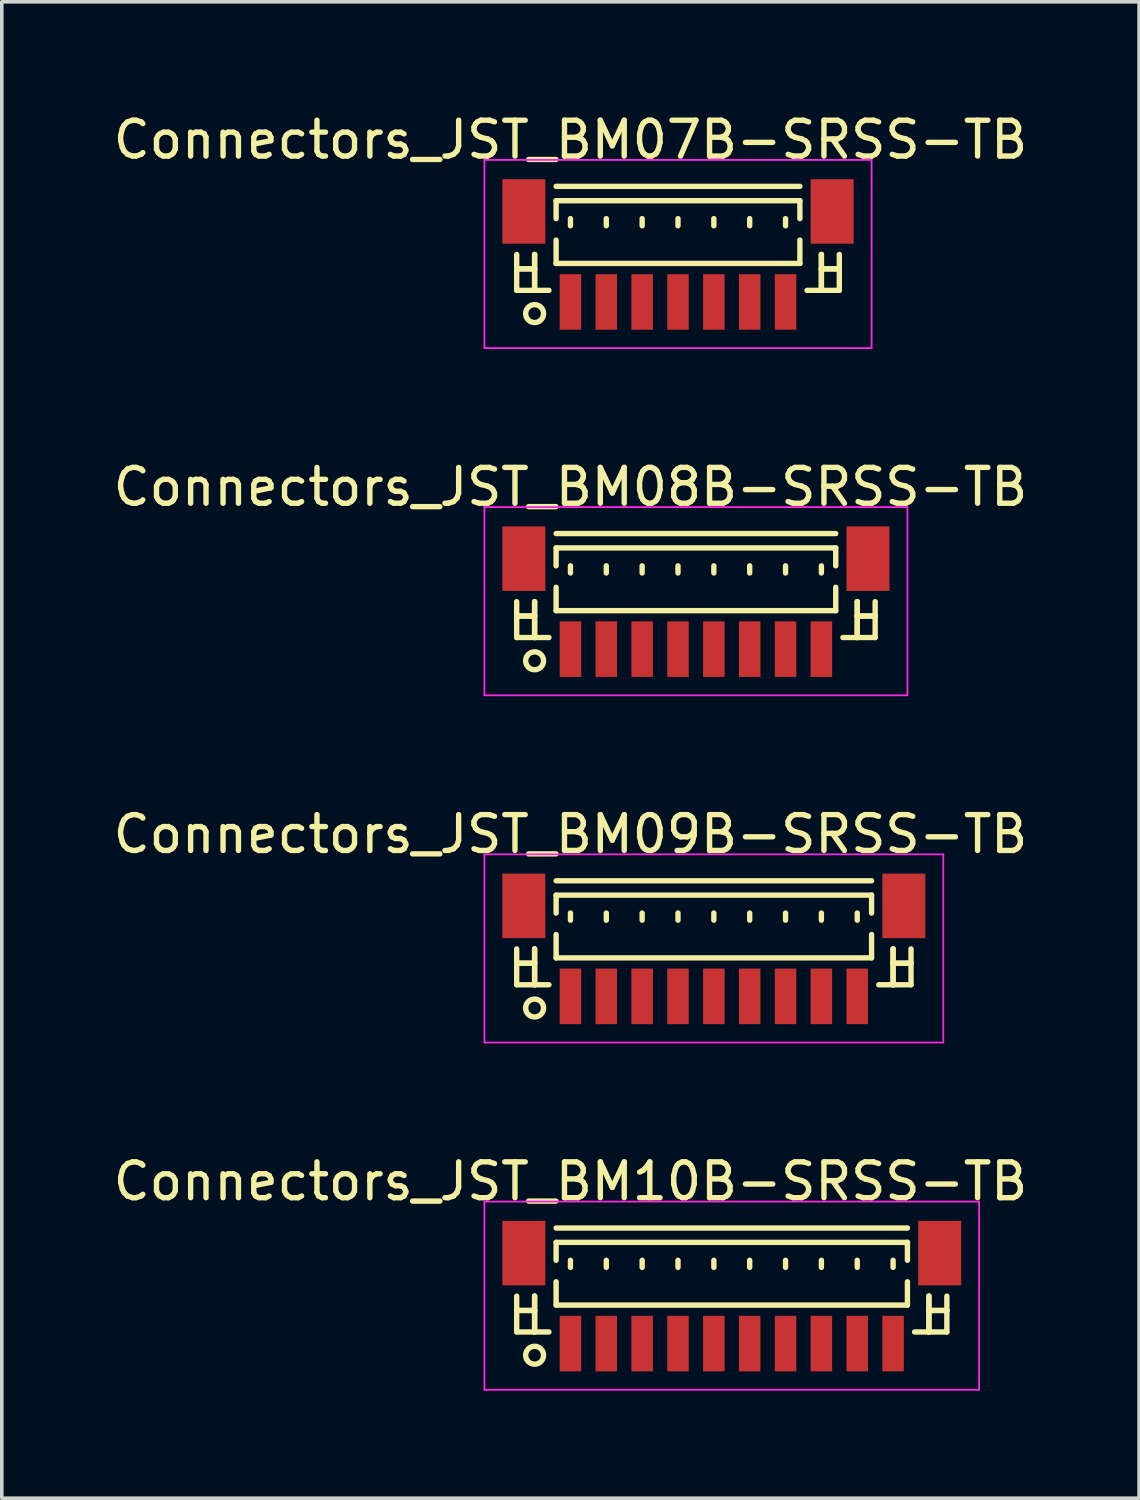
<source format=kicad_pcb>
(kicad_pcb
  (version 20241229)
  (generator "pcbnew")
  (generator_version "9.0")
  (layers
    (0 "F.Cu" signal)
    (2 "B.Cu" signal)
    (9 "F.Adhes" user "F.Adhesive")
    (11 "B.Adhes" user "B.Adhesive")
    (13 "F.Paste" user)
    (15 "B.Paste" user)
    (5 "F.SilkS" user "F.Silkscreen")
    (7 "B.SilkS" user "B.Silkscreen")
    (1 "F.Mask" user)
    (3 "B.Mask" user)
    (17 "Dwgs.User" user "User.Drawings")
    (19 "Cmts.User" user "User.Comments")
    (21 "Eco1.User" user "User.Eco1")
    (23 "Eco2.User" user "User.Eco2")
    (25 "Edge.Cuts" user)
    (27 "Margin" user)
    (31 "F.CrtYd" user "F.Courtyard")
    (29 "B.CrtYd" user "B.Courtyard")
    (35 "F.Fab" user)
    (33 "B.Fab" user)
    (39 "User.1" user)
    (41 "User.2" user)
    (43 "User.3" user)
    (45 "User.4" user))
  (footprint "Connectors_JST_BM09B-SRSS-TB"
    (layer "F.Cu")
    (at 16.863 23.482)
    (property "Reference" "Connectors_JST_BM09B-SRSS-TB" (at -4 -3.263 0) (layer "F.SilkS") (effects (font (size 1 1) (thickness 0.15))))
    (attr smd)
    (fp_line (start -5.5 -0.062) (end -5.5 0.938) (stroke (width 0.15) (type solid)) (layer "F.SilkS"))
    (fp_line (start -5.5 0.338) (end -5.5 0.338) (stroke (width 0.15) (type solid)) (layer "F.SilkS"))
    (fp_line (start -5.5 0.338) (end -5 0.338) (stroke (width 0.15) (type solid)) (layer "F.SilkS"))
    (fp_line (start -5.5 0.938) (end -4.6 0.938) (stroke (width 0.15) (type solid)) (layer "F.SilkS"))
    (fp_line (start -5 -0.062) (end -5 -0.062) (stroke (width 0.15) (type solid)) (layer "F.SilkS"))
    (fp_line (start -5 -0.062) (end -5 0.938) (stroke (width 0.15) (type solid)) (layer "F.SilkS"))
    (fp_line (start -5 0.338) (end -5.5 0.338) (stroke (width 0.15) (type solid)) (layer "F.SilkS"))
    (fp_line (start -5 0.338) (end -5 0.338) (stroke (width 0.15) (type solid)) (layer "F.SilkS"))
    (fp_line (start -5 0.938) (end -5 -0.062) (stroke (width 0.15) (type solid)) (layer "F.SilkS"))
    (fp_line (start -5 0.938) (end -5 0.938) (stroke (width 0.15) (type solid)) (layer "F.SilkS"))
    (fp_line (start -4.4 -1.962) (end 4.4 -1.962) (stroke (width 0.15) (type solid)) (layer "F.SilkS"))
    (fp_line (start -4.4 -1.562) (end 4.4 -1.562) (stroke (width 0.15) (type solid)) (layer "F.SilkS"))
    (fp_line (start -4.4 -1.062) (end -4.4 -1.562) (stroke (width 0.15) (type solid)) (layer "F.SilkS"))
    (fp_line (start -4.4 -0.463) (end -4.4 0.188) (stroke (width 0.15) (type solid)) (layer "F.SilkS"))
    (fp_line (start -4.4 0.188) (end 4.4 0.188) (stroke (width 0.15) (type solid)) (layer "F.SilkS"))
    (fp_line (start -4 -1.062) (end -4 -0.863) (stroke (width 0.15) (type solid)) (layer "F.SilkS"))
    (fp_line (start -3 -1.062) (end -3 -0.863) (stroke (width 0.15) (type solid)) (layer "F.SilkS"))
    (fp_line (start -2 -1.062) (end -2 -0.863) (stroke (width 0.15) (type solid)) (layer "F.SilkS"))
    (fp_line (start -1 -1.062) (end -1 -0.863) (stroke (width 0.15) (type solid)) (layer "F.SilkS"))
    (fp_line (start 0 -1.062) (end 0 -0.863) (stroke (width 0.15) (type solid)) (layer "F.SilkS"))
    (fp_line (start 1 -1.062) (end 1 -0.863) (stroke (width 0.15) (type solid)) (layer "F.SilkS"))
    (fp_line (start 2 -1.062) (end 2 -0.863) (stroke (width 0.15) (type solid)) (layer "F.SilkS"))
    (fp_line (start 3 -1.062) (end 3 -0.863) (stroke (width 0.15) (type solid)) (layer "F.SilkS"))
    (fp_line (start 4 -1.062) (end 4 -0.863) (stroke (width 0.15) (type solid)) (layer "F.SilkS"))
    (fp_line (start 4.4 -1.562) (end 4.4 -1.062) (stroke (width 0.15) (type solid)) (layer "F.SilkS"))
    (fp_line (start 4.4 0.188) (end 4.4 -0.463) (stroke (width 0.15) (type solid)) (layer "F.SilkS"))
    (fp_line (start 5 -0.062) (end 5 -0.062) (stroke (width 0.15) (type solid)) (layer "F.SilkS"))
    (fp_line (start 5 -0.062) (end 5 0.938) (stroke (width 0.15) (type solid)) (layer "F.SilkS"))
    (fp_line (start 5 0.338) (end 5 0.338) (stroke (width 0.15) (type solid)) (layer "F.SilkS"))
    (fp_line (start 5 0.338) (end 5.5 0.338) (stroke (width 0.15) (type solid)) (layer "F.SilkS"))
    (fp_line (start 5 0.938) (end 5 -0.062) (stroke (width 0.15) (type solid)) (layer "F.SilkS"))
    (fp_line (start 5 0.938) (end 5 0.938) (stroke (width 0.15) (type solid)) (layer "F.SilkS"))
    (fp_line (start 5.5 -0.062) (end 5.5 0.938) (stroke (width 0.15) (type solid)) (layer "F.SilkS"))
    (fp_line (start 5.5 0.338) (end 5 0.338) (stroke (width 0.15) (type solid)) (layer "F.SilkS"))
    (fp_line (start 5.5 0.338) (end 5.5 0.338) (stroke (width 0.15) (type solid)) (layer "F.SilkS"))
    (fp_line (start 5.5 0.938) (end 4.6 0.938) (stroke (width 0.15) (type solid)) (layer "F.SilkS"))
    (fp_circle (center -5 1.587) (end -4.75 1.587) (stroke (width 0.15) (type solid)) (fill no) (layer "F.SilkS"))
    (fp_line (start -6.4 -2.7) (end 6.4 -2.7) (stroke (width 0.05) (type solid)) (layer "F.CrtYd"))
    (fp_line (start -6.4 2.55) (end -6.4 -2.7) (stroke (width 0.05) (type solid)) (layer "F.CrtYd"))
    (fp_line (start 6.4 -2.7) (end 6.4 2.55) (stroke (width 0.05) (type solid)) (layer "F.CrtYd"))
    (fp_line (start 6.4 2.55) (end -6.4 2.55) (stroke (width 0.05) (type solid)) (layer "F.CrtYd"))
    (pad "" smd rect (at -5.3 -1.262) (size 1.2 1.8) (layers "F.Cu" "F.Mask" "F.Paste"))
    (pad "" smd rect (at 5.3 -1.262) (size 1.2 1.8) (layers "F.Cu" "F.Mask" "F.Paste"))
    (pad "1" smd rect (at -4 1.262) (size 0.6 1.55) (layers "F.Cu" "F.Mask" "F.Paste"))
    (pad "2" smd rect (at -3 1.262) (size 0.6 1.55) (layers "F.Cu" "F.Mask" "F.Paste"))
    (pad "3" smd rect (at -2 1.262) (size 0.6 1.55) (layers "F.Cu" "F.Mask" "F.Paste"))
    (pad "4" smd rect (at -1 1.262) (size 0.6 1.55) (layers "F.Cu" "F.Mask" "F.Paste"))
    (pad "5" smd rect (at 0 1.262) (size 0.6 1.55) (layers "F.Cu" "F.Mask" "F.Paste"))
    (pad "6" smd rect (at 1 1.262) (size 0.6 1.55) (layers "F.Cu" "F.Mask" "F.Paste"))
    (pad "7" smd rect (at 2 1.262) (size 0.6 1.55) (layers "F.Cu" "F.Mask" "F.Paste"))
    (pad "8" smd rect (at 3 1.262) (size 0.6 1.55) (layers "F.Cu" "F.Mask" "F.Paste"))
    (pad "9" smd rect (at 4 1.262) (size 0.6 1.55) (layers "F.Cu" "F.Mask" "F.Paste")))
  (footprint "Connectors_JST_BM08B-SRSS-TB"
    (layer "F.Cu")
    (at 16.363 13.796)
    (property "Reference" "Connectors_JST_BM08B-SRSS-TB" (at -3.5 -3.263 0) (layer "F.SilkS") (effects (font (size 1 1) (thickness 0.15))))
    (attr smd)
    (fp_line (start -5 -0.062) (end -5 0.938) (stroke (width 0.15) (type solid)) (layer "F.SilkS"))
    (fp_line (start -5 0.338) (end -5 0.338) (stroke (width 0.15) (type solid)) (layer "F.SilkS"))
    (fp_line (start -5 0.338) (end -4.5 0.338) (stroke (width 0.15) (type solid)) (layer "F.SilkS"))
    (fp_line (start -5 0.938) (end -4.1 0.938) (stroke (width 0.15) (type solid)) (layer "F.SilkS"))
    (fp_line (start -4.5 -0.062) (end -4.5 -0.062) (stroke (width 0.15) (type solid)) (layer "F.SilkS"))
    (fp_line (start -4.5 -0.062) (end -4.5 0.938) (stroke (width 0.15) (type solid)) (layer "F.SilkS"))
    (fp_line (start -4.5 0.338) (end -5 0.338) (stroke (width 0.15) (type solid)) (layer "F.SilkS"))
    (fp_line (start -4.5 0.338) (end -4.5 0.338) (stroke (width 0.15) (type solid)) (layer "F.SilkS"))
    (fp_line (start -4.5 0.938) (end -4.5 -0.062) (stroke (width 0.15) (type solid)) (layer "F.SilkS"))
    (fp_line (start -4.5 0.938) (end -4.5 0.938) (stroke (width 0.15) (type solid)) (layer "F.SilkS"))
    (fp_line (start -3.9 -1.962) (end 3.9 -1.962) (stroke (width 0.15) (type solid)) (layer "F.SilkS"))
    (fp_line (start -3.9 -1.562) (end 3.9 -1.562) (stroke (width 0.15) (type solid)) (layer "F.SilkS"))
    (fp_line (start -3.9 -1.062) (end -3.9 -1.562) (stroke (width 0.15) (type solid)) (layer "F.SilkS"))
    (fp_line (start -3.9 -0.463) (end -3.9 0.188) (stroke (width 0.15) (type solid)) (layer "F.SilkS"))
    (fp_line (start -3.9 0.188) (end 3.9 0.188) (stroke (width 0.15) (type solid)) (layer "F.SilkS"))
    (fp_line (start -3.5 -1.062) (end -3.5 -0.863) (stroke (width 0.15) (type solid)) (layer "F.SilkS"))
    (fp_line (start -2.5 -1.062) (end -2.5 -0.863) (stroke (width 0.15) (type solid)) (layer "F.SilkS"))
    (fp_line (start -1.5 -1.062) (end -1.5 -0.863) (stroke (width 0.15) (type solid)) (layer "F.SilkS"))
    (fp_line (start -0.5 -1.062) (end -0.5 -0.863) (stroke (width 0.15) (type solid)) (layer "F.SilkS"))
    (fp_line (start 0.5 -1.062) (end 0.5 -0.863) (stroke (width 0.15) (type solid)) (layer "F.SilkS"))
    (fp_line (start 1.5 -1.062) (end 1.5 -0.863) (stroke (width 0.15) (type solid)) (layer "F.SilkS"))
    (fp_line (start 2.5 -1.062) (end 2.5 -0.863) (stroke (width 0.15) (type solid)) (layer "F.SilkS"))
    (fp_line (start 3.5 -1.062) (end 3.5 -0.863) (stroke (width 0.15) (type solid)) (layer "F.SilkS"))
    (fp_line (start 3.9 -1.562) (end 3.9 -1.062) (stroke (width 0.15) (type solid)) (layer "F.SilkS"))
    (fp_line (start 3.9 0.188) (end 3.9 -0.463) (stroke (width 0.15) (type solid)) (layer "F.SilkS"))
    (fp_line (start 4.5 -0.062) (end 4.5 -0.062) (stroke (width 0.15) (type solid)) (layer "F.SilkS"))
    (fp_line (start 4.5 -0.062) (end 4.5 0.938) (stroke (width 0.15) (type solid)) (layer "F.SilkS"))
    (fp_line (start 4.5 0.338) (end 4.5 0.338) (stroke (width 0.15) (type solid)) (layer "F.SilkS"))
    (fp_line (start 4.5 0.338) (end 5 0.338) (stroke (width 0.15) (type solid)) (layer "F.SilkS"))
    (fp_line (start 4.5 0.938) (end 4.5 -0.062) (stroke (width 0.15) (type solid)) (layer "F.SilkS"))
    (fp_line (start 4.5 0.938) (end 4.5 0.938) (stroke (width 0.15) (type solid)) (layer "F.SilkS"))
    (fp_line (start 5 -0.062) (end 5 0.938) (stroke (width 0.15) (type solid)) (layer "F.SilkS"))
    (fp_line (start 5 0.338) (end 4.5 0.338) (stroke (width 0.15) (type solid)) (layer "F.SilkS"))
    (fp_line (start 5 0.338) (end 5 0.338) (stroke (width 0.15) (type solid)) (layer "F.SilkS"))
    (fp_line (start 5 0.938) (end 4.1 0.938) (stroke (width 0.15) (type solid)) (layer "F.SilkS"))
    (fp_circle (center -4.5 1.587) (end -4.25 1.587) (stroke (width 0.15) (type solid)) (fill no) (layer "F.SilkS"))
    (fp_line (start -5.9 -2.7) (end 5.9 -2.7) (stroke (width 0.05) (type solid)) (layer "F.CrtYd"))
    (fp_line (start -5.9 2.55) (end -5.9 -2.7) (stroke (width 0.05) (type solid)) (layer "F.CrtYd"))
    (fp_line (start 5.9 -2.7) (end 5.9 2.55) (stroke (width 0.05) (type solid)) (layer "F.CrtYd"))
    (fp_line (start 5.9 2.55) (end -5.9 2.55) (stroke (width 0.05) (type solid)) (layer "F.CrtYd"))
    (pad "" smd rect (at -4.8 -1.262) (size 1.2 1.8) (layers "F.Cu" "F.Mask" "F.Paste"))
    (pad "" smd rect (at 4.8 -1.262) (size 1.2 1.8) (layers "F.Cu" "F.Mask" "F.Paste"))
    (pad "1" smd rect (at -3.5 1.262) (size 0.6 1.55) (layers "F.Cu" "F.Mask" "F.Paste"))
    (pad "2" smd rect (at -2.5 1.262) (size 0.6 1.55) (layers "F.Cu" "F.Mask" "F.Paste"))
    (pad "3" smd rect (at -1.5 1.262) (size 0.6 1.55) (layers "F.Cu" "F.Mask" "F.Paste"))
    (pad "4" smd rect (at -0.5 1.262) (size 0.6 1.55) (layers "F.Cu" "F.Mask" "F.Paste"))
    (pad "5" smd rect (at 0.5 1.262) (size 0.6 1.55) (layers "F.Cu" "F.Mask" "F.Paste"))
    (pad "6" smd rect (at 1.5 1.262) (size 0.6 1.55) (layers "F.Cu" "F.Mask" "F.Paste"))
    (pad "7" smd rect (at 2.5 1.262) (size 0.6 1.55) (layers "F.Cu" "F.Mask" "F.Paste"))
    (pad "8" smd rect (at 3.5 1.262) (size 0.6 1.55) (layers "F.Cu" "F.Mask" "F.Paste")))
  (footprint "Connectors_JST_BM10B-SRSS-TB"
    (layer "F.Cu")
    (at 17.363 33.168)
    (property "Reference" "Connectors_JST_BM10B-SRSS-TB" (at -4.5 -3.263 0) (layer "F.SilkS") (effects (font (size 1 1) (thickness 0.15))))
    (attr smd)
    (fp_line (start -6 -0.062) (end -6 0.938) (stroke (width 0.15) (type solid)) (layer "F.SilkS"))
    (fp_line (start -6 0.338) (end -6 0.338) (stroke (width 0.15) (type solid)) (layer "F.SilkS"))
    (fp_line (start -6 0.338) (end -5.5 0.338) (stroke (width 0.15) (type solid)) (layer "F.SilkS"))
    (fp_line (start -6 0.938) (end -5.1 0.938) (stroke (width 0.15) (type solid)) (layer "F.SilkS"))
    (fp_line (start -5.5 -0.062) (end -5.5 -0.062) (stroke (width 0.15) (type solid)) (layer "F.SilkS"))
    (fp_line (start -5.5 -0.062) (end -5.5 0.938) (stroke (width 0.15) (type solid)) (layer "F.SilkS"))
    (fp_line (start -5.5 0.338) (end -6 0.338) (stroke (width 0.15) (type solid)) (layer "F.SilkS"))
    (fp_line (start -5.5 0.338) (end -5.5 0.338) (stroke (width 0.15) (type solid)) (layer "F.SilkS"))
    (fp_line (start -5.5 0.938) (end -5.5 -0.062) (stroke (width 0.15) (type solid)) (layer "F.SilkS"))
    (fp_line (start -5.5 0.938) (end -5.5 0.938) (stroke (width 0.15) (type solid)) (layer "F.SilkS"))
    (fp_line (start -4.9 -1.962) (end 4.9 -1.962) (stroke (width 0.15) (type solid)) (layer "F.SilkS"))
    (fp_line (start -4.9 -1.562) (end 4.9 -1.562) (stroke (width 0.15) (type solid)) (layer "F.SilkS"))
    (fp_line (start -4.9 -1.062) (end -4.9 -1.562) (stroke (width 0.15) (type solid)) (layer "F.SilkS"))
    (fp_line (start -4.9 -0.463) (end -4.9 0.188) (stroke (width 0.15) (type solid)) (layer "F.SilkS"))
    (fp_line (start -4.9 0.188) (end 4.9 0.188) (stroke (width 0.15) (type solid)) (layer "F.SilkS"))
    (fp_line (start -4.5 -1.062) (end -4.5 -0.863) (stroke (width 0.15) (type solid)) (layer "F.SilkS"))
    (fp_line (start -3.5 -1.062) (end -3.5 -0.863) (stroke (width 0.15) (type solid)) (layer "F.SilkS"))
    (fp_line (start -2.5 -1.062) (end -2.5 -0.863) (stroke (width 0.15) (type solid)) (layer "F.SilkS"))
    (fp_line (start -1.5 -1.062) (end -1.5 -0.863) (stroke (width 0.15) (type solid)) (layer "F.SilkS"))
    (fp_line (start -0.5 -1.062) (end -0.5 -0.863) (stroke (width 0.15) (type solid)) (layer "F.SilkS"))
    (fp_line (start 0.5 -1.062) (end 0.5 -0.863) (stroke (width 0.15) (type solid)) (layer "F.SilkS"))
    (fp_line (start 1.5 -1.062) (end 1.5 -0.863) (stroke (width 0.15) (type solid)) (layer "F.SilkS"))
    (fp_line (start 2.5 -1.062) (end 2.5 -0.863) (stroke (width 0.15) (type solid)) (layer "F.SilkS"))
    (fp_line (start 3.5 -1.062) (end 3.5 -0.863) (stroke (width 0.15) (type solid)) (layer "F.SilkS"))
    (fp_line (start 4.5 -1.062) (end 4.5 -0.863) (stroke (width 0.15) (type solid)) (layer "F.SilkS"))
    (fp_line (start 4.9 -1.562) (end 4.9 -1.062) (stroke (width 0.15) (type solid)) (layer "F.SilkS"))
    (fp_line (start 4.9 0.188) (end 4.9 -0.463) (stroke (width 0.15) (type solid)) (layer "F.SilkS"))
    (fp_line (start 5.5 -0.062) (end 5.5 -0.062) (stroke (width 0.15) (type solid)) (layer "F.SilkS"))
    (fp_line (start 5.5 -0.062) (end 5.5 0.938) (stroke (width 0.15) (type solid)) (layer "F.SilkS"))
    (fp_line (start 5.5 0.338) (end 5.5 0.338) (stroke (width 0.15) (type solid)) (layer "F.SilkS"))
    (fp_line (start 5.5 0.338) (end 6 0.338) (stroke (width 0.15) (type solid)) (layer "F.SilkS"))
    (fp_line (start 5.5 0.938) (end 5.5 -0.062) (stroke (width 0.15) (type solid)) (layer "F.SilkS"))
    (fp_line (start 5.5 0.938) (end 5.5 0.938) (stroke (width 0.15) (type solid)) (layer "F.SilkS"))
    (fp_line (start 6 -0.062) (end 6 0.938) (stroke (width 0.15) (type solid)) (layer "F.SilkS"))
    (fp_line (start 6 0.338) (end 5.5 0.338) (stroke (width 0.15) (type solid)) (layer "F.SilkS"))
    (fp_line (start 6 0.338) (end 6 0.338) (stroke (width 0.15) (type solid)) (layer "F.SilkS"))
    (fp_line (start 6 0.938) (end 5.1 0.938) (stroke (width 0.15) (type solid)) (layer "F.SilkS"))
    (fp_circle (center -5.5 1.587) (end -5.25 1.587) (stroke (width 0.15) (type solid)) (fill no) (layer "F.SilkS"))
    (fp_line (start -6.9 -2.7) (end 6.9 -2.7) (stroke (width 0.05) (type solid)) (layer "F.CrtYd"))
    (fp_line (start -6.9 2.55) (end -6.9 -2.7) (stroke (width 0.05) (type solid)) (layer "F.CrtYd"))
    (fp_line (start 6.9 -2.7) (end 6.9 2.55) (stroke (width 0.05) (type solid)) (layer "F.CrtYd"))
    (fp_line (start 6.9 2.55) (end -6.9 2.55) (stroke (width 0.05) (type solid)) (layer "F.CrtYd"))
    (pad "" smd rect (at -5.8 -1.262) (size 1.2 1.8) (layers "F.Cu" "F.Mask" "F.Paste"))
    (pad "" smd rect (at 5.8 -1.262) (size 1.2 1.8) (layers "F.Cu" "F.Mask" "F.Paste"))
    (pad "1" smd rect (at -4.5 1.262) (size 0.6 1.55) (layers "F.Cu" "F.Mask" "F.Paste"))
    (pad "2" smd rect (at -3.5 1.262) (size 0.6 1.55) (layers "F.Cu" "F.Mask" "F.Paste"))
    (pad "3" smd rect (at -2.5 1.262) (size 0.6 1.55) (layers "F.Cu" "F.Mask" "F.Paste"))
    (pad "4" smd rect (at -1.5 1.262) (size 0.6 1.55) (layers "F.Cu" "F.Mask" "F.Paste"))
    (pad "5" smd rect (at -0.5 1.262) (size 0.6 1.55) (layers "F.Cu" "F.Mask" "F.Paste"))
    (pad "6" smd rect (at 0.5 1.262) (size 0.6 1.55) (layers "F.Cu" "F.Mask" "F.Paste"))
    (pad "7" smd rect (at 1.5 1.262) (size 0.6 1.55) (layers "F.Cu" "F.Mask" "F.Paste"))
    (pad "8" smd rect (at 2.5 1.262) (size 0.6 1.55) (layers "F.Cu" "F.Mask" "F.Paste"))
    (pad "9" smd rect (at 3.5 1.262) (size 0.6 1.55) (layers "F.Cu" "F.Mask" "F.Paste"))
    (pad "10" smd rect (at 4.5 1.262) (size 0.6 1.55) (layers "F.Cu" "F.Mask" "F.Paste")))
  (footprint "Connectors_JST_BM07B-SRSS-TB"
    (layer "F.Cu")
    (at 15.863 4.111)
    (property "Reference" "Connectors_JST_BM07B-SRSS-TB" (at -3 -3.263 0) (layer "F.SilkS") (effects (font (size 1 1) (thickness 0.15))))
    (attr smd)
    (fp_line (start -4.5 -0.062) (end -4.5 0.938) (stroke (width 0.15) (type solid)) (layer "F.SilkS"))
    (fp_line (start -4.5 0.338) (end -4.5 0.338) (stroke (width 0.15) (type solid)) (layer "F.SilkS"))
    (fp_line (start -4.5 0.338) (end -4 0.338) (stroke (width 0.15) (type solid)) (layer "F.SilkS"))
    (fp_line (start -4.5 0.938) (end -3.6 0.938) (stroke (width 0.15) (type solid)) (layer "F.SilkS"))
    (fp_line (start -4 -0.062) (end -4 -0.062) (stroke (width 0.15) (type solid)) (layer "F.SilkS"))
    (fp_line (start -4 -0.062) (end -4 0.938) (stroke (width 0.15) (type solid)) (layer "F.SilkS"))
    (fp_line (start -4 0.338) (end -4.5 0.338) (stroke (width 0.15) (type solid)) (layer "F.SilkS"))
    (fp_line (start -4 0.338) (end -4 0.338) (stroke (width 0.15) (type solid)) (layer "F.SilkS"))
    (fp_line (start -4 0.938) (end -4 -0.062) (stroke (width 0.15) (type solid)) (layer "F.SilkS"))
    (fp_line (start -4 0.938) (end -4 0.938) (stroke (width 0.15) (type solid)) (layer "F.SilkS"))
    (fp_line (start -3.4 -1.962) (end 3.4 -1.962) (stroke (width 0.15) (type solid)) (layer "F.SilkS"))
    (fp_line (start -3.4 -1.562) (end 3.4 -1.562) (stroke (width 0.15) (type solid)) (layer "F.SilkS"))
    (fp_line (start -3.4 -1.062) (end -3.4 -1.562) (stroke (width 0.15) (type solid)) (layer "F.SilkS"))
    (fp_line (start -3.4 -0.463) (end -3.4 0.188) (stroke (width 0.15) (type solid)) (layer "F.SilkS"))
    (fp_line (start -3.4 0.188) (end 3.4 0.188) (stroke (width 0.15) (type solid)) (layer "F.SilkS"))
    (fp_line (start -3 -1.062) (end -3 -0.863) (stroke (width 0.15) (type solid)) (layer "F.SilkS"))
    (fp_line (start -2 -1.062) (end -2 -0.863) (stroke (width 0.15) (type solid)) (layer "F.SilkS"))
    (fp_line (start -1 -1.062) (end -1 -0.863) (stroke (width 0.15) (type solid)) (layer "F.SilkS"))
    (fp_line (start 0 -1.062) (end 0 -0.863) (stroke (width 0.15) (type solid)) (layer "F.SilkS"))
    (fp_line (start 1 -1.062) (end 1 -0.863) (stroke (width 0.15) (type solid)) (layer "F.SilkS"))
    (fp_line (start 2 -1.062) (end 2 -0.863) (stroke (width 0.15) (type solid)) (layer "F.SilkS"))
    (fp_line (start 3 -1.062) (end 3 -0.863) (stroke (width 0.15) (type solid)) (layer "F.SilkS"))
    (fp_line (start 3.4 -1.562) (end 3.4 -1.062) (stroke (width 0.15) (type solid)) (layer "F.SilkS"))
    (fp_line (start 3.4 0.188) (end 3.4 -0.463) (stroke (width 0.15) (type solid)) (layer "F.SilkS"))
    (fp_line (start 4 -0.062) (end 4 -0.062) (stroke (width 0.15) (type solid)) (layer "F.SilkS"))
    (fp_line (start 4 -0.062) (end 4 0.938) (stroke (width 0.15) (type solid)) (layer "F.SilkS"))
    (fp_line (start 4 0.338) (end 4 0.338) (stroke (width 0.15) (type solid)) (layer "F.SilkS"))
    (fp_line (start 4 0.338) (end 4.5 0.338) (stroke (width 0.15) (type solid)) (layer "F.SilkS"))
    (fp_line (start 4 0.938) (end 4 -0.062) (stroke (width 0.15) (type solid)) (layer "F.SilkS"))
    (fp_line (start 4 0.938) (end 4 0.938) (stroke (width 0.15) (type solid)) (layer "F.SilkS"))
    (fp_line (start 4.5 -0.062) (end 4.5 0.938) (stroke (width 0.15) (type solid)) (layer "F.SilkS"))
    (fp_line (start 4.5 0.338) (end 4 0.338) (stroke (width 0.15) (type solid)) (layer "F.SilkS"))
    (fp_line (start 4.5 0.338) (end 4.5 0.338) (stroke (width 0.15) (type solid)) (layer "F.SilkS"))
    (fp_line (start 4.5 0.938) (end 3.6 0.938) (stroke (width 0.15) (type solid)) (layer "F.SilkS"))
    (fp_circle (center -4 1.587) (end -3.75 1.587) (stroke (width 0.15) (type solid)) (fill no) (layer "F.SilkS"))
    (fp_line (start -5.4 -2.7) (end 5.4 -2.7) (stroke (width 0.05) (type solid)) (layer "F.CrtYd"))
    (fp_line (start -5.4 2.55) (end -5.4 -2.7) (stroke (width 0.05) (type solid)) (layer "F.CrtYd"))
    (fp_line (start 5.4 -2.7) (end 5.4 2.55) (stroke (width 0.05) (type solid)) (layer "F.CrtYd"))
    (fp_line (start 5.4 2.55) (end -5.4 2.55) (stroke (width 0.05) (type solid)) (layer "F.CrtYd"))
    (pad "" smd rect (at -4.3 -1.262) (size 1.2 1.8) (layers "F.Cu" "F.Mask" "F.Paste"))
    (pad "" smd rect (at 4.3 -1.262) (size 1.2 1.8) (layers "F.Cu" "F.Mask" "F.Paste"))
    (pad "1" smd rect (at -3 1.262) (size 0.6 1.55) (layers "F.Cu" "F.Mask" "F.Paste"))
    (pad "2" smd rect (at -2 1.262) (size 0.6 1.55) (layers "F.Cu" "F.Mask" "F.Paste"))
    (pad "3" smd rect (at -1 1.262) (size 0.6 1.55) (layers "F.Cu" "F.Mask" "F.Paste"))
    (pad "4" smd rect (at 0 1.262) (size 0.6 1.55) (layers "F.Cu" "F.Mask" "F.Paste"))
    (pad "5" smd rect (at 1 1.262) (size 0.6 1.55) (layers "F.Cu" "F.Mask" "F.Paste"))
    (pad "6" smd rect (at 2 1.262) (size 0.6 1.55) (layers "F.Cu" "F.Mask" "F.Paste"))
    (pad "7" smd rect (at 3 1.262) (size 0.6 1.55) (layers "F.Cu" "F.Mask" "F.Paste")))
  (gr_rect
    (start -3 -3)
    (end 28.726 38.743)
    (stroke (width 0.1) (type default))
    (fill no)
    (layer "Edge.Cuts")))
</source>
